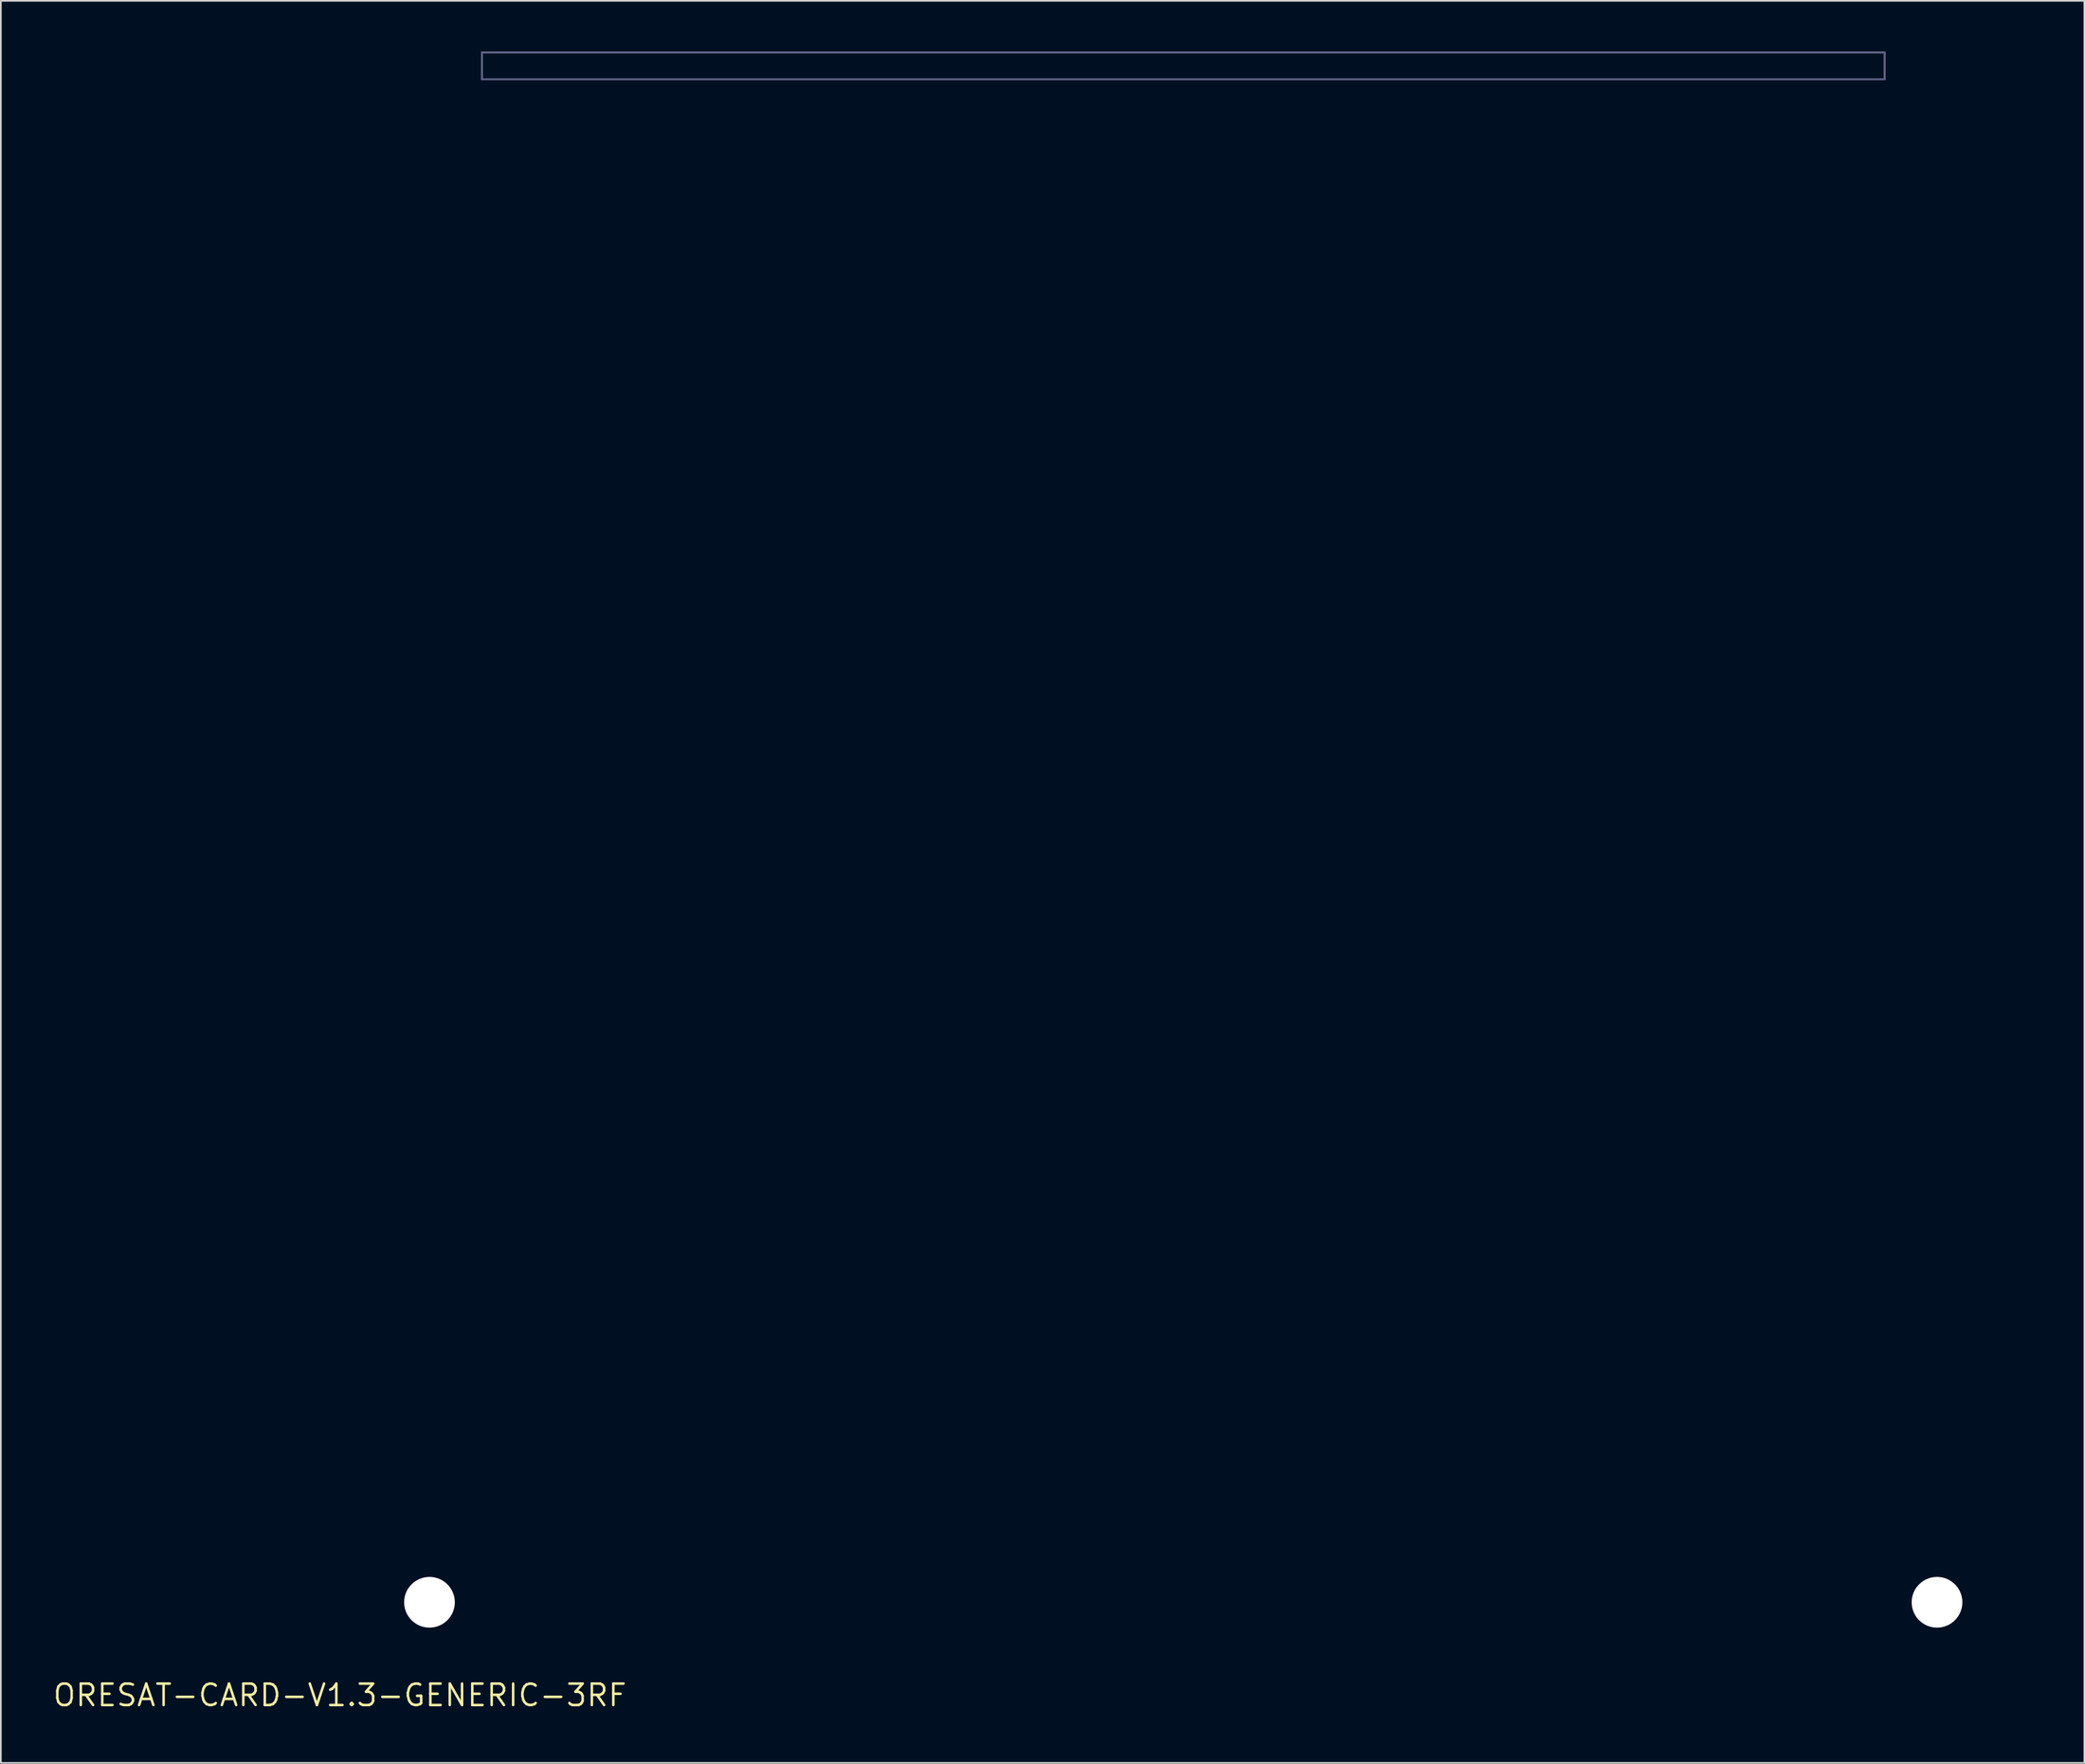
<source format=kicad_pcb>
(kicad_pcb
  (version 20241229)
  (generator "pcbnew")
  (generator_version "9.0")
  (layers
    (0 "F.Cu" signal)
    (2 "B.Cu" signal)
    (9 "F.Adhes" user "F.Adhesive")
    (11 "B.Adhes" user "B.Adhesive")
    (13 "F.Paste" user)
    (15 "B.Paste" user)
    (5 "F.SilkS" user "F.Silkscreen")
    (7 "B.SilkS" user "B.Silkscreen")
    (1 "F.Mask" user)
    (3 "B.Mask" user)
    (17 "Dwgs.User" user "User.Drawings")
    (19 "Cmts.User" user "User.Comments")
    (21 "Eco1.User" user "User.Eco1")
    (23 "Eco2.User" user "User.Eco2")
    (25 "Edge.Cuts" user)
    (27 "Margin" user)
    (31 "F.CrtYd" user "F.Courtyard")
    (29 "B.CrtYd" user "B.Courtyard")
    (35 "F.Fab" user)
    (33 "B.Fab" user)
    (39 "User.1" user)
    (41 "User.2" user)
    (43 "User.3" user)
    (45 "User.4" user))
  (footprint "ORESAT-CARD-V1.3-GENERIC-3RF"
    (layer "F.Cu")
    (at 17.062 97.25)
    (property "Reference" "ORESAT-CARD-V1.3-GENERIC-3RF" (at 0 0 0) (layer "F.SilkS") (effects (font (size 1.27 1.27) (thickness 0.15))))
    (fp_poly (pts (xy 2.75 -8.55) (xy 0.497 -8.55) (xy 0.358 -8.568) (xy 0.225 -8.623) (xy 0.111 -8.711) (xy 0.021 -8.827) (xy -0.05 -9.093) (xy -0.05 -88.821) (xy 2.75 -91.621)) (stroke (width 0) (type solid)) (fill yes) (layer "F.Mask"))
    (fp_poly (pts (xy 99.85 -88.822) (xy 99.85 -9.097) (xy 99.832 -8.958) (xy 99.777 -8.825) (xy 99.689 -8.711) (xy 99.575 -8.623) (xy 99.442 -8.568) (xy 99.303 -8.55) (xy 97.05 -8.55) (xy 97.05 -91.414)) (stroke (width 0) (type solid)) (fill yes) (layer "F.Mask"))
    (fp_poly (pts (xy 84.35 -0.497) (xy 84.332 -0.358) (xy 84.277 -0.225) (xy 84.189 -0.111) (xy 84.075 -0.023) (xy 83.942 0.032) (xy 83.803 0.05) (xy 15.997 0.05) (xy 15.858 0.032) (xy 15.725 -0.023) (xy 15.611 -0.111) (xy 15.521 -0.227) (xy 15.45 -0.493) (xy 15.45 -2.65) (xy 84.35 -2.65)) (stroke (width 0) (type solid)) (fill yes) (layer "F.Mask"))
    (fp_poly (pts (xy 2.75 -8.55) (xy 0.497 -8.55) (xy 0.358 -8.568) (xy 0.225 -8.623) (xy 0.111 -8.711) (xy 0.021 -8.827) (xy -0.05 -9.093) (xy -0.05 -88.821) (xy 2.75 -91.621)) (stroke (width 0) (type solid)) (fill yes) (layer "B.Mask"))
    (fp_poly (pts (xy 99.85 -88.822) (xy 99.85 -9.097) (xy 99.832 -8.958) (xy 99.777 -8.825) (xy 99.689 -8.711) (xy 99.575 -8.623) (xy 99.442 -8.568) (xy 99.303 -8.55) (xy 97.05 -8.55) (xy 97.05 -91.414)) (stroke (width 0) (type solid)) (fill yes) (layer "B.Mask"))
    (fp_poly (pts (xy 84.35 -0.497) (xy 84.332 -0.358) (xy 84.277 -0.225) (xy 84.189 -0.111) (xy 84.075 -0.023) (xy 83.942 0.032) (xy 83.803 0.05) (xy 15.997 0.05) (xy 15.858 0.032) (xy 15.725 -0.023) (xy 15.611 -0.111) (xy 15.521 -0.227) (xy 15.45 -0.493) (xy 15.45 -2.65) (xy 84.35 -2.65)) (stroke (width 0) (type solid)) (fill yes) (layer "B.Mask"))
    (fp_line (start 0 -88.8) (end 0 -9.1) (stroke (width 0.001) (type solid)) (layer "Cmts.User"))
    (fp_line (start 0.5 -8.6) (end 2.25 -8.6) (stroke (width 0.001) (type solid)) (layer "Cmts.User"))
    (fp_line (start 2.5 -91.3) (end 2.5 -8.6) (stroke (width 0.001) (type solid)) (layer "Cmts.User"))
    (fp_line (start 2.75 -8.1) (end 2.75 -3.4) (stroke (width 0.001) (type solid)) (layer "Cmts.User"))
    (fp_line (start 3.25 -2.9) (end 4.6 -2.9) (stroke (width 0.001) (type solid)) (layer "Cmts.User"))
    (fp_line (start 4.6 -93.4) (end 0 -88.8) (stroke (width 0.001) (type solid)) (layer "Cmts.User"))
    (fp_line (start 4.6 -2.9) (end 4.6 -93.4) (stroke (width 0.001) (type solid)) (layer "Cmts.User"))
    (fp_line (start 4.6 -2.9) (end 15 -2.9) (stroke (width 0.001) (type solid)) (layer "Cmts.User"))
    (fp_line (start 5.8 -94.6) (end 4.6 -93.4) (stroke (width 0.001) (type solid)) (layer "Cmts.User"))
    (fp_line (start 8.4 -95.6) (end 8.4 -97.2) (stroke (width 0.001) (type solid)) (layer "Cmts.User"))
    (fp_line (start 8.4 -2.9) (end 8.4 -94.6) (stroke (width 0.001) (type solid)) (layer "Cmts.User"))
    (fp_line (start 8.668 -94.6) (end 5.8 -94.6) (stroke (width 0.001) (type solid)) (layer "Cmts.User"))
    (fp_line (start 9.873 -87.9) (end 56.421 -87.9) (stroke (width 0.001) (type solid)) (layer "Cmts.User"))
    (fp_line (start 15.5 -2.4) (end 15.5 -0.5) (stroke (width 0.001) (type solid)) (layer "Cmts.User"))
    (fp_line (start 15.5 -2.4) (end 84.3 -2.4) (stroke (width 0.001) (type solid)) (layer "Cmts.User"))
    (fp_line (start 16 0) (end 83.8 0) (stroke (width 0.001) (type solid)) (layer "Cmts.User"))
    (fp_line (start 21.9 -89.9) (end 21.9 -85.9) (stroke (width 0.001) (type solid)) (layer "Cmts.User"))
    (fp_line (start 31.668 -94.6) (end 12.132 -94.6) (stroke (width 0.001) (type solid)) (layer "Cmts.User"))
    (fp_line (start 49.9 -44.572) (end 49.9 -89.9) (stroke (width 0.001) (type solid)) (layer "Cmts.User"))
    (fp_line (start 64.668 -94.6) (end 35.132 -94.6) (stroke (width 0.001) (type solid)) (layer "Cmts.User"))
    (fp_line (start 66.4 -93.6) (end 67.632 -93.6) (stroke (width 0.001) (type solid)) (layer "Cmts.User"))
    (fp_line (start 68.132 -93.1) (end 68.132 -91.1) (stroke (width 0.001) (type solid)) (layer "Cmts.User"))
    (fp_line (start 70.31 -90.6) (end 68.632 -90.6) (stroke (width 0.001) (type solid)) (layer "Cmts.User"))
    (fp_line (start 70.31 -86.9) (end 70.31 -90.6) (stroke (width 0.001) (type solid)) (layer "Cmts.User"))
    (fp_line (start 70.81 -86.4) (end 72.99 -86.4) (stroke (width 0.001) (type solid)) (layer "Cmts.User"))
    (fp_line (start 73.49 -86.9) (end 73.49 -90.6) (stroke (width 0.001) (type solid)) (layer "Cmts.User"))
    (fp_line (start 76.31 -90.6) (end 73.49 -90.6) (stroke (width 0.001) (type solid)) (layer "Cmts.User"))
    (fp_line (start 76.31 -86.9) (end 76.31 -90.6) (stroke (width 0.001) (type solid)) (layer "Cmts.User"))
    (fp_line (start 76.81 -86.4) (end 78.99 -86.4) (stroke (width 0.001) (type solid)) (layer "Cmts.User"))
    (fp_line (start 79.49 -86.9) (end 79.49 -90.6) (stroke (width 0.001) (type solid)) (layer "Cmts.User"))
    (fp_line (start 82.31 -90.6) (end 79.49 -90.6) (stroke (width 0.001) (type solid)) (layer "Cmts.User"))
    (fp_line (start 82.31 -86.9) (end 82.31 -90.6) (stroke (width 0.001) (type solid)) (layer "Cmts.User"))
    (fp_line (start 82.81 -86.4) (end 84.99 -86.4) (stroke (width 0.001) (type solid)) (layer "Cmts.User"))
    (fp_line (start 84.3 -0.5) (end 84.3 -2.4) (stroke (width 0.001) (type solid)) (layer "Cmts.User"))
    (fp_line (start 84.8 -2.9) (end 95.2 -2.9) (stroke (width 0.001) (type solid)) (layer "Cmts.User"))
    (fp_line (start 85.49 -86.9) (end 85.49 -90.6) (stroke (width 0.001) (type solid)) (layer "Cmts.User"))
    (fp_line (start 87.168 -90.6) (end 85.49 -90.6) (stroke (width 0.001) (type solid)) (layer "Cmts.User"))
    (fp_line (start 87.668 -93.1) (end 87.668 -91.1) (stroke (width 0.001) (type solid)) (layer "Cmts.User"))
    (fp_line (start 89.4 -93.6) (end 88.168 -93.6) (stroke (width 0.001) (type solid)) (layer "Cmts.User"))
    (fp_line (start 91.4 -97.2) (end 8.4 -97.2) (stroke (width 0.001) (type solid)) (layer "Cmts.User"))
    (fp_line (start 91.4 -97.2) (end 91.4 -95.6) (stroke (width 0.001) (type solid)) (layer "Cmts.User"))
    (fp_line (start 91.4 -95.6) (end 8.4 -95.6) (stroke (width 0.001) (type solid)) (layer "Cmts.User"))
    (fp_line (start 91.4 -2.9) (end 91.4 -94.6) (stroke (width 0.001) (type solid)) (layer "Cmts.User"))
    (fp_line (start 94 -94.6) (end 91.132 -94.6) (stroke (width 0.001) (type solid)) (layer "Cmts.User"))
    (fp_line (start 95.2 -93.4) (end 94 -94.6) (stroke (width 0.001) (type solid)) (layer "Cmts.User"))
    (fp_line (start 95.2 -2.9) (end 95.2 -93.4) (stroke (width 0.001) (type solid)) (layer "Cmts.User"))
    (fp_line (start 95.2 -2.9) (end 96.55 -2.9) (stroke (width 0.001) (type solid)) (layer "Cmts.User"))
    (fp_line (start 97.05 -3.4) (end 97.05 -8.1) (stroke (width 0.001) (type solid)) (layer "Cmts.User"))
    (fp_line (start 97.3 -8.55) (end 97.3 -91.3) (stroke (width 0.001) (type solid)) (layer "Cmts.User"))
    (fp_line (start 97.55 -8.6) (end 99.3 -8.6) (stroke (width 0.001) (type solid)) (layer "Cmts.User"))
    (fp_line (start 99.8 -88.8) (end 95.2 -93.4) (stroke (width 0.001) (type solid)) (layer "Cmts.User"))
    (fp_line (start 99.8 -9.1) (end 99.8 -88.8) (stroke (width 0.001) (type solid)) (layer "Cmts.User"))
    (fp_arc (start 0.5 -8.6) (mid 0.146447 -8.746447) (end 0 -9.1) (stroke (width 0.001) (type solid)) (layer "Cmts.User"))
    (fp_arc (start 2.25 -8.6) (mid 2.603553 -8.453553) (end 2.75 -8.1) (stroke (width 0.001) (type solid)) (layer "Cmts.User"))
    (fp_arc (start 3.25 -2.9) (mid 2.896447 -3.046447) (end 2.75 -3.4) (stroke (width 0.001) (type solid)) (layer "Cmts.User"))
    (fp_arc (start 12.13205 -94.6) (mid 10.400001 -93.6) (end 8.667951 -94.599999) (stroke (width 0.001) (type solid)) (layer "Cmts.User"))
    (fp_arc (start 15 -2.9) (mid 15.353553 -2.753553) (end 15.5 -2.4) (stroke (width 0.001) (type solid)) (layer "Cmts.User"))
    (fp_arc (start 16 0) (mid 15.646447 -0.146447) (end 15.5 -0.5) (stroke (width 0.001) (type solid)) (layer "Cmts.User"))
    (fp_arc (start 35.13205 -94.6) (mid 33.400001 -93.6) (end 31.667951 -94.599999) (stroke (width 0.001) (type solid)) (layer "Cmts.User"))
    (fp_arc (start 66.4 -93.6) (mid 65.400001 -93.867949) (end 64.66795 -94.599999) (stroke (width 0.001) (type solid)) (layer "Cmts.User"))
    (fp_arc (start 67.63205 -93.6) (mid 67.985603 -93.453553) (end 68.13205 -93.1) (stroke (width 0.001) (type solid)) (layer "Cmts.User"))
    (fp_arc (start 68.63205 -90.6) (mid 68.278497 -90.746447) (end 68.13205 -91.1) (stroke (width 0.001) (type solid)) (layer "Cmts.User"))
    (fp_arc (start 70.81 -86.4) (mid 70.456447 -86.546447) (end 70.31 -86.9) (stroke (width 0.001) (type solid)) (layer "Cmts.User"))
    (fp_arc (start 73.49 -86.9) (mid 73.343553 -86.546447) (end 72.99 -86.4) (stroke (width 0.001) (type solid)) (layer "Cmts.User"))
    (fp_arc (start 76.81 -86.4) (mid 76.456447 -86.546447) (end 76.31 -86.9) (stroke (width 0.001) (type solid)) (layer "Cmts.User"))
    (fp_arc (start 79.49 -86.9) (mid 79.343553 -86.546447) (end 78.99 -86.4) (stroke (width 0.001) (type solid)) (layer "Cmts.User"))
    (fp_arc (start 82.81 -86.4) (mid 82.456447 -86.546447) (end 82.31 -86.9) (stroke (width 0.001) (type solid)) (layer "Cmts.User"))
    (fp_arc (start 84.3 -2.4) (mid 84.446447 -2.753553) (end 84.8 -2.9) (stroke (width 0.001) (type solid)) (layer "Cmts.User"))
    (fp_arc (start 84.3 -0.5) (mid 84.153553 -0.146447) (end 83.8 0) (stroke (width 0.001) (type solid)) (layer "Cmts.User"))
    (fp_arc (start 85.49 -86.9) (mid 85.343553 -86.546447) (end 84.99 -86.4) (stroke (width 0.001) (type solid)) (layer "Cmts.User"))
    (fp_arc (start 87.66795 -93.1) (mid 87.814397 -93.453553) (end 88.16795 -93.6) (stroke (width 0.001) (type solid)) (layer "Cmts.User"))
    (fp_arc (start 87.66795 -91.1) (mid 87.521503 -90.746447) (end 87.16795 -90.6) (stroke (width 0.001) (type solid)) (layer "Cmts.User"))
    (fp_arc (start 91.13205 -94.6) (mid 90.4 -93.867949) (end 89.4 -93.599999) (stroke (width 0.001) (type solid)) (layer "Cmts.User"))
    (fp_arc (start 97.05 -8.1) (mid 97.196447 -8.453553) (end 97.55 -8.6) (stroke (width 0.001) (type solid)) (layer "Cmts.User"))
    (fp_arc (start 97.05 -3.4) (mid 96.903553 -3.046447) (end 96.55 -2.9) (stroke (width 0.001) (type solid)) (layer "Cmts.User"))
    (fp_arc (start 99.8 -9.1) (mid 99.653553 -8.746447) (end 99.3 -8.6) (stroke (width 0.001) (type solid)) (layer "Cmts.User"))
    (fp_circle (center 49.9 -49.8) (end 52.4 -49.8) (stroke (width 0.001) (type solid)) (fill no) (layer "Cmts.User"))
    (fp_circle (center 70.31 -86.4) (end 70.47 -86.4) (stroke (width 0.001) (type solid)) (fill no) (layer "Cmts.User"))
    (fp_circle (center 73.49 -86.4) (end 73.65 -86.4) (stroke (width 0.001) (type solid)) (fill no) (layer "Cmts.User"))
    (fp_circle (center 76.31 -86.4) (end 76.47 -86.4) (stroke (width 0.001) (type solid)) (fill no) (layer "Cmts.User"))
    (fp_circle (center 79.49 -86.4) (end 79.65 -86.4) (stroke (width 0.001) (type solid)) (fill no) (layer "Cmts.User"))
    (fp_circle (center 82.31 -86.4) (end 82.47 -86.4) (stroke (width 0.001) (type solid)) (fill no) (layer "Cmts.User"))
    (fp_circle (center 85.49 -86.4) (end 85.65 -86.4) (stroke (width 0.001) (type solid)) (fill no) (layer "Cmts.User"))
    (fp_line (start 0 -88.8) (end 0 -9.1) (stroke (width 0.001) (type solid)) (layer "Edge.Cuts"))
    (fp_line (start 0.5 -8.6) (end 2.25 -8.6) (stroke (width 0.001) (type solid)) (layer "Edge.Cuts"))
    (fp_line (start 2.75 -8.1) (end 2.75 -3.4) (stroke (width 0.001) (type solid)) (layer "Edge.Cuts"))
    (fp_line (start 3.25 -2.9) (end 15 -2.9) (stroke (width 0.001) (type solid)) (layer "Edge.Cuts"))
    (fp_line (start 5.8 -94.6) (end 0 -88.8) (stroke (width 0.001) (type solid)) (layer "Edge.Cuts"))
    (fp_line (start 8.668 -94.6) (end 5.8 -94.6) (stroke (width 0.001) (type solid)) (layer "Edge.Cuts"))
    (fp_line (start 15.5 -2.4) (end 15.5 -0.5) (stroke (width 0.001) (type solid)) (layer "Edge.Cuts"))
    (fp_line (start 16 0) (end 83.8 0) (stroke (width 0.001) (type solid)) (layer "Edge.Cuts"))
    (fp_line (start 31.668 -94.6) (end 12.132 -94.6) (stroke (width 0.001) (type solid)) (layer "Edge.Cuts"))
    (fp_line (start 64.668 -94.6) (end 35.132 -94.6) (stroke (width 0.001) (type solid)) (layer "Edge.Cuts"))
    (fp_line (start 66.4 -93.6) (end 67.632 -93.6) (stroke (width 0.001) (type solid)) (layer "Edge.Cuts"))
    (fp_line (start 68.132 -93.1) (end 68.132 -91.1) (stroke (width 0.001) (type solid)) (layer "Edge.Cuts"))
    (fp_line (start 68.632 -90.6) (end 70.31 -90.6) (stroke (width 0.001) (type solid)) (layer "Edge.Cuts"))
    (fp_line (start 70.31 -90.6) (end 70.31 -86.9) (stroke (width 0.001) (type solid)) (layer "Edge.Cuts"))
    (fp_line (start 70.81 -86.4) (end 72.99 -86.4) (stroke (width 0.001) (type solid)) (layer "Edge.Cuts"))
    (fp_line (start 73.49 -86.9) (end 73.49 -90.6) (stroke (width 0.001) (type solid)) (layer "Edge.Cuts"))
    (fp_line (start 76.31 -90.6) (end 73.49 -90.6) (stroke (width 0.001) (type solid)) (layer "Edge.Cuts"))
    (fp_line (start 76.31 -86.9) (end 76.31 -90.6) (stroke (width 0.001) (type solid)) (layer "Edge.Cuts"))
    (fp_line (start 76.81 -86.4) (end 78.99 -86.4) (stroke (width 0.001) (type solid)) (layer "Edge.Cuts"))
    (fp_line (start 79.49 -86.9) (end 79.49 -90.6) (stroke (width 0.001) (type solid)) (layer "Edge.Cuts"))
    (fp_line (start 82.31 -90.6) (end 79.49 -90.6) (stroke (width 0.001) (type solid)) (layer "Edge.Cuts"))
    (fp_line (start 82.31 -86.9) (end 82.31 -90.6) (stroke (width 0.001) (type solid)) (layer "Edge.Cuts"))
    (fp_line (start 82.81 -86.4) (end 84.99 -86.4) (stroke (width 0.001) (type solid)) (layer "Edge.Cuts"))
    (fp_line (start 84.3 -0.5) (end 84.3 -2.4) (stroke (width 0.001) (type solid)) (layer "Edge.Cuts"))
    (fp_line (start 84.8 -2.9) (end 96.55 -2.9) (stroke (width 0.001) (type solid)) (layer "Edge.Cuts"))
    (fp_line (start 85.49 -86.9) (end 85.49 -90.6) (stroke (width 0.001) (type solid)) (layer "Edge.Cuts"))
    (fp_line (start 87.168 -90.6) (end 85.49 -90.6) (stroke (width 0.001) (type solid)) (layer "Edge.Cuts"))
    (fp_line (start 87.668 -93.1) (end 87.668 -91.1) (stroke (width 0.001) (type solid)) (layer "Edge.Cuts"))
    (fp_line (start 89.4 -93.6) (end 88.168 -93.6) (stroke (width 0.001) (type solid)) (layer "Edge.Cuts"))
    (fp_line (start 94 -94.6) (end 91.132 -94.6) (stroke (width 0.001) (type solid)) (layer "Edge.Cuts"))
    (fp_line (start 97.05 -3.4) (end 97.05 -8.1) (stroke (width 0.001) (type solid)) (layer "Edge.Cuts"))
    (fp_line (start 97.55 -8.6) (end 99.3 -8.6) (stroke (width 0.001) (type solid)) (layer "Edge.Cuts"))
    (fp_line (start 99.8 -88.8) (end 94 -94.6) (stroke (width 0.001) (type solid)) (layer "Edge.Cuts"))
    (fp_line (start 99.8 -9.1) (end 99.8 -88.8) (stroke (width 0.001) (type solid)) (layer "Edge.Cuts"))
    (fp_arc (start 0.5 -8.6) (mid 0.146447 -8.746447) (end 0 -9.1) (stroke (width 0.001) (type solid)) (layer "Edge.Cuts"))
    (fp_arc (start 2.25 -8.6) (mid 2.603553 -8.453553) (end 2.75 -8.1) (stroke (width 0.001) (type solid)) (layer "Edge.Cuts"))
    (fp_arc (start 3.25 -2.9) (mid 2.896447 -3.046447) (end 2.75 -3.4) (stroke (width 0.001) (type solid)) (layer "Edge.Cuts"))
    (fp_arc (start 12.132049 -94.599999) (mid 10.399999 -93.600001) (end 8.66795 -94.6) (stroke (width 0.001) (type solid)) (layer "Edge.Cuts"))
    (fp_arc (start 15 -2.9) (mid 15.353553 -2.753553) (end 15.5 -2.4) (stroke (width 0.001) (type solid)) (layer "Edge.Cuts"))
    (fp_arc (start 16 0) (mid 15.646447 -0.146447) (end 15.5 -0.5) (stroke (width 0.001) (type solid)) (layer "Edge.Cuts"))
    (fp_arc (start 35.132049 -94.599999) (mid 33.399999 -93.600001) (end 31.66795 -94.6) (stroke (width 0.001) (type solid)) (layer "Edge.Cuts"))
    (fp_arc (start 66.399999 -93.6) (mid 65.4 -93.867949) (end 64.66795 -94.6) (stroke (width 0.001) (type solid)) (layer "Edge.Cuts"))
    (fp_arc (start 67.63205 -93.6) (mid 67.985603 -93.453553) (end 68.13205 -93.1) (stroke (width 0.001) (type solid)) (layer "Edge.Cuts"))
    (fp_arc (start 68.63205 -90.6) (mid 68.278497 -90.746447) (end 68.13205 -91.1) (stroke (width 0.001) (type solid)) (layer "Edge.Cuts"))
    (fp_arc (start 70.81 -86.4) (mid 70.456447 -86.546447) (end 70.31 -86.9) (stroke (width 0.001) (type solid)) (layer "Edge.Cuts"))
    (fp_arc (start 73.49 -86.9) (mid 73.343553 -86.546447) (end 72.99 -86.4) (stroke (width 0.001) (type solid)) (layer "Edge.Cuts"))
    (fp_arc (start 76.81 -86.4) (mid 76.456447 -86.546447) (end 76.31 -86.9) (stroke (width 0.001) (type solid)) (layer "Edge.Cuts"))
    (fp_arc (start 79.49 -86.9) (mid 79.343553 -86.546447) (end 78.99 -86.4) (stroke (width 0.001) (type solid)) (layer "Edge.Cuts"))
    (fp_arc (start 82.81 -86.4) (mid 82.456447 -86.546447) (end 82.31 -86.9) (stroke (width 0.001) (type solid)) (layer "Edge.Cuts"))
    (fp_arc (start 84.3 -2.4) (mid 84.446447 -2.753553) (end 84.8 -2.9) (stroke (width 0.001) (type solid)) (layer "Edge.Cuts"))
    (fp_arc (start 84.3 -0.5) (mid 84.153553 -0.146447) (end 83.8 0) (stroke (width 0.001) (type solid)) (layer "Edge.Cuts"))
    (fp_arc (start 85.49 -86.9) (mid 85.343553 -86.546447) (end 84.99 -86.4) (stroke (width 0.001) (type solid)) (layer "Edge.Cuts"))
    (fp_arc (start 87.66795 -93.1) (mid 87.814397 -93.453553) (end 88.16795 -93.6) (stroke (width 0.001) (type solid)) (layer "Edge.Cuts"))
    (fp_arc (start 87.66795 -91.1) (mid 87.521503 -90.746447) (end 87.16795 -90.6) (stroke (width 0.001) (type solid)) (layer "Edge.Cuts"))
    (fp_arc (start 91.132049 -94.6) (mid 90.399999 -93.86795) (end 89.4 -93.6) (stroke (width 0.001) (type solid)) (layer "Edge.Cuts"))
    (fp_arc (start 97.05 -8.1) (mid 97.196447 -8.453553) (end 97.55 -8.6) (stroke (width 0.001) (type solid)) (layer "Edge.Cuts"))
    (fp_arc (start 97.05 -3.4) (mid 96.903553 -3.046447) (end 96.55 -2.9) (stroke (width 0.001) (type solid)) (layer "Edge.Cuts"))
    (fp_arc (start 99.8 -9.1) (mid 99.653553 -8.746447) (end 99.3 -8.6) (stroke (width 0.001) (type solid)) (layer "Edge.Cuts"))
    (fp_line (start -0.4 -93.4) (end -0.4 0.6) (stroke (width 0.001) (type solid)) (layer "B.CrtYd"))
    (fp_line (start -0.4 0.6) (end 100.22 0.6) (stroke (width 0.001) (type solid)) (layer "B.CrtYd"))
    (fp_line (start 3.1 -93.4) (end -0.4 -93.4) (stroke (width 0.001) (type solid)) (layer "B.CrtYd"))
    (fp_line (start 3.1 -2.9) (end 3.1 -93.4) (stroke (width 0.001) (type solid)) (layer "B.CrtYd"))
    (fp_line (start 3.1 -2.9) (end 96.7 -2.9) (stroke (width 0.001) (type solid)) (layer "B.CrtYd"))
    (fp_line (start 96.7 -93.4) (end 100.22 -93.4) (stroke (width 0.001) (type solid)) (layer "B.CrtYd"))
    (fp_line (start 96.7 -2.9) (end 96.7 -93.4) (stroke (width 0.001) (type solid)) (layer "B.CrtYd"))
    (fp_line (start 100.22 -93.4) (end 100.22 0.6) (stroke (width 0.001) (type solid)) (layer "B.CrtYd"))
    (fp_line (start -0.4 -93.4) (end -0.4 0.6) (stroke (width 0.001) (type solid)) (layer "F.CrtYd"))
    (fp_line (start -0.4 0.6) (end 100.22 0.6) (stroke (width 0.001) (type solid)) (layer "F.CrtYd"))
    (fp_line (start 3.1 -93.4) (end -0.4 -93.4) (stroke (width 0.001) (type solid)) (layer "F.CrtYd"))
    (fp_line (start 3.1 -2.9) (end 3.1 -93.4) (stroke (width 0.001) (type solid)) (layer "F.CrtYd"))
    (fp_line (start 3.1 -2.9) (end 96.7 -2.9) (stroke (width 0.001) (type solid)) (layer "F.CrtYd"))
    (fp_line (start 96.7 -93.4) (end 100.22 -93.4) (stroke (width 0.001) (type solid)) (layer "F.CrtYd"))
    (fp_line (start 96.7 -2.9) (end 96.7 -93.4) (stroke (width 0.001) (type solid)) (layer "F.CrtYd"))
    (fp_line (start 100.22 -93.4) (end 100.22 0.6) (stroke (width 0.001) (type solid)) (layer "F.CrtYd"))
    (fp_line (start 4.6 -2.9) (end 4.6 -93.4) (stroke (width 0.001) (type solid)) (layer "B.Fab"))
    (fp_line (start 8.4 -2.9) (end 8.4 -94.6) (stroke (width 0.001) (type solid)) (layer "B.Fab"))
    (fp_line (start 91.4 -2.9) (end 91.4 -94.6) (stroke (width 0.001) (type solid)) (layer "B.Fab"))
    (fp_line (start 95.2 -2.9) (end 95.2 -93.4) (stroke (width 0.001) (type solid)) (layer "B.Fab"))
    (fp_poly (pts (xy 8.4 -95.6) (xy 91.4 -95.6) (xy 91.4 -97.2) (xy 8.4 -97.2)) (stroke (width 0.1) (type solid)) (fill no) (layer "B.Fab"))
    (fp_line (start 4.6 -2.9) (end 4.6 -93.4) (stroke (width 0.001) (type solid)) (layer "F.Fab"))
    (fp_line (start 8.4 -2.9) (end 8.4 -94.6) (stroke (width 0.001) (type solid)) (layer "F.Fab"))
    (fp_line (start 20.9 -87.894) (end 22.9 -87.894) (stroke (width 0.001) (type solid)) (layer "F.Fab"))
    (fp_line (start 21.9 -88.894) (end 21.9 -86.894) (stroke (width 0.001) (type solid)) (layer "F.Fab"))
    (fp_line (start 48.9 -87.894) (end 50.9 -87.894) (stroke (width 0.001) (type solid)) (layer "F.Fab"))
    (fp_line (start 48.9 -49.8) (end 50.9 -49.8) (stroke (width 0.001) (type solid)) (layer "F.Fab"))
    (fp_line (start 49.9 -88.894) (end 49.9 -86.894) (stroke (width 0.001) (type solid)) (layer "F.Fab"))
    (fp_line (start 49.9 -50.8) (end 49.9 -48.8) (stroke (width 0.001) (type solid)) (layer "F.Fab"))
    (fp_line (start 91.4 -2.9) (end 91.4 -94.6) (stroke (width 0.001) (type solid)) (layer "F.Fab"))
    (fp_line (start 95.2 -2.9) (end 95.2 -93.4) (stroke (width 0.001) (type solid)) (layer "F.Fab"))
    (fp_circle (center 21.9 -87.894) (end 22.4 -87.894) (stroke (width 0.001) (type solid)) (fill no) (layer "F.Fab"))
    (fp_circle (center 49.9 -87.894) (end 50.4 -87.894) (stroke (width 0.001) (type solid)) (fill no) (layer "F.Fab"))
    (fp_circle (center 49.9 -49.8) (end 50.4 -49.8) (stroke (width 0.001) (type solid)) (fill no) (layer "F.Fab"))
    (fp_poly (pts (xy 8.4 -95.6) (xy 91.4 -95.6) (xy 91.4 -97.2) (xy 8.4 -97.2)) (stroke (width 0.1) (type solid)) (fill no) (layer "F.Fab"))
    (pad "" np_thru_hole circle (at 5.3 -5.5) (size 3 3) (drill 3) (layers "*.Cu" "*.Mask"))
    (pad "" np_thru_hole circle (at 94.5 -5.5) (size 3 3) (drill 3) (layers "*.Cu" "*.Mask")))
  (gr_rect
    (start -3 -3)
    (end 120.282 101.256)
    (stroke (width 0.1) (type default))
    (fill no)
    (layer "Edge.Cuts")))
</source>
